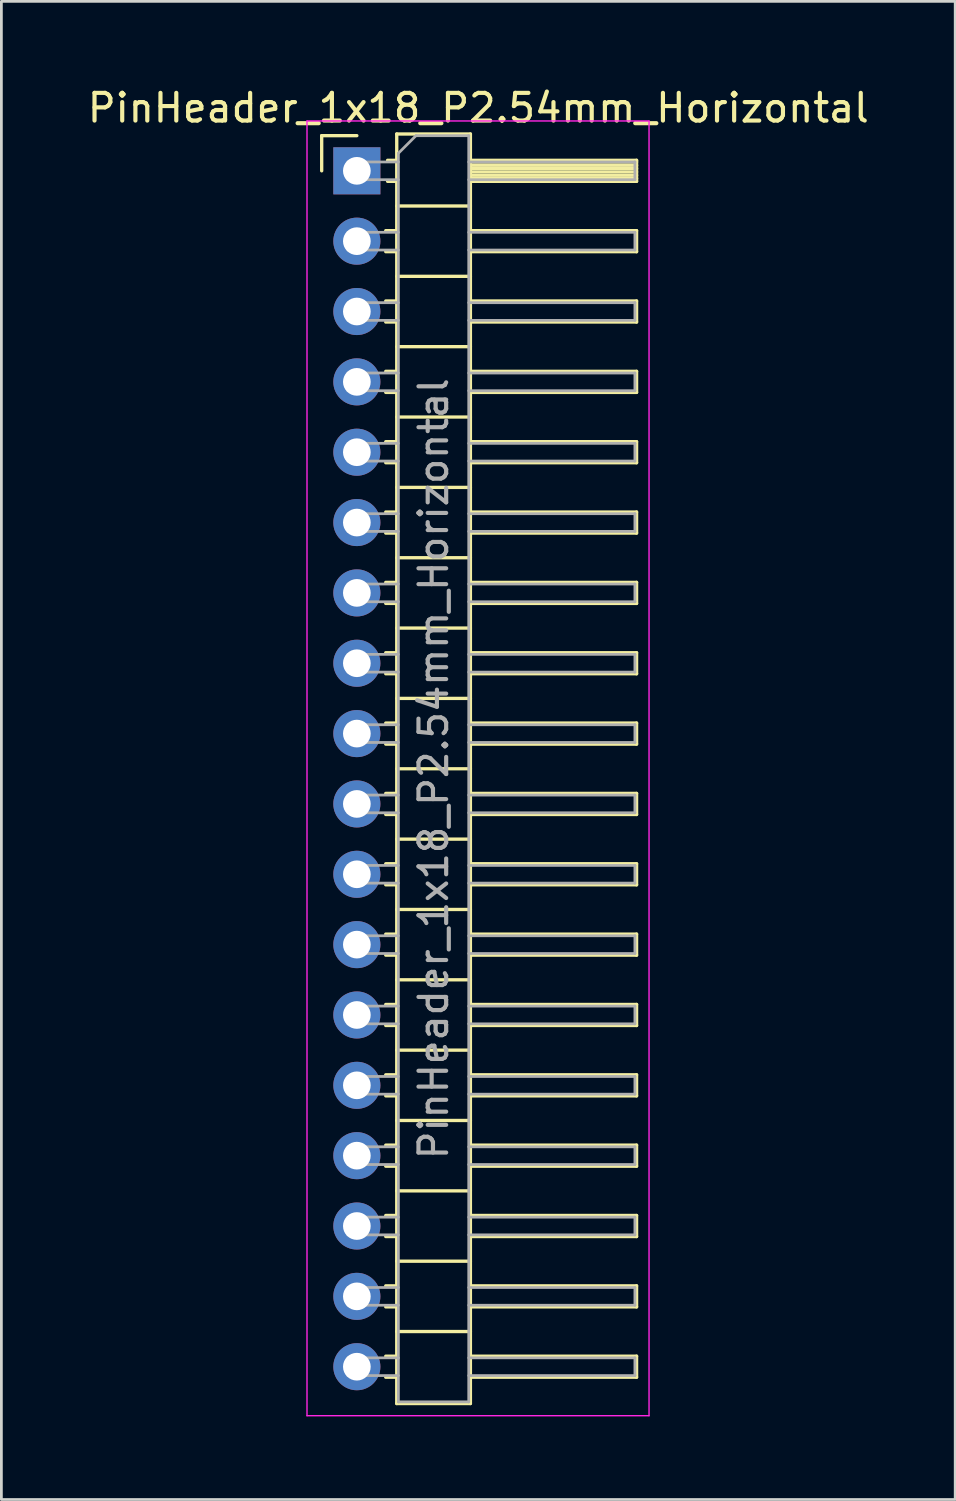
<source format=kicad_pcb>
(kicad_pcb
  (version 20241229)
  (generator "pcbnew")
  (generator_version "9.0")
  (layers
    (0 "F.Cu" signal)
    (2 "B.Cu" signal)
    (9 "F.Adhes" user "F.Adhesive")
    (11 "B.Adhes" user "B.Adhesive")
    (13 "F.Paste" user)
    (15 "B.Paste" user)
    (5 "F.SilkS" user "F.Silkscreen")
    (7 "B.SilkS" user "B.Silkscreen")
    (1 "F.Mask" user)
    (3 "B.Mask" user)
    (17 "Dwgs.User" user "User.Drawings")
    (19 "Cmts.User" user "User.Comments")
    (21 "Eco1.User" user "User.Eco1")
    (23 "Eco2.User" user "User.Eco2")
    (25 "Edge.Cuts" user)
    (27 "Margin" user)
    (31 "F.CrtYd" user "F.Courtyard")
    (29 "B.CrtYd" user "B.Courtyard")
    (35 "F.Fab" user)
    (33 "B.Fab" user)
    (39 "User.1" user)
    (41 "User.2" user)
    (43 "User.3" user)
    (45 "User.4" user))
  (footprint "PinHeader_1x18_P2.54mm_Horizontal"
    (layer "F.Cu")
    (at 9.835 3.118)
    (property "Reference" "PinHeader_1x18_P2.54mm_Horizontal" (at 4.385 -2.27 0) (layer "F.SilkS") (effects (font (size 1 1) (thickness 0.15))))
    (attr through_hole)
    (fp_line (start -1.27 -1.27) (end 0 -1.27) (stroke (width 0.12) (type solid)) (layer "F.SilkS"))
    (fp_line (start -1.27 0) (end -1.27 -1.27) (stroke (width 0.12) (type solid)) (layer "F.SilkS"))
    (fp_line (start 1.043 2.16) (end 1.44 2.16) (stroke (width 0.12) (type solid)) (layer "F.SilkS"))
    (fp_line (start 1.043 2.92) (end 1.44 2.92) (stroke (width 0.12) (type solid)) (layer "F.SilkS"))
    (fp_line (start 1.043 4.7) (end 1.44 4.7) (stroke (width 0.12) (type solid)) (layer "F.SilkS"))
    (fp_line (start 1.043 5.46) (end 1.44 5.46) (stroke (width 0.12) (type solid)) (layer "F.SilkS"))
    (fp_line (start 1.043 7.24) (end 1.44 7.24) (stroke (width 0.12) (type solid)) (layer "F.SilkS"))
    (fp_line (start 1.043 8) (end 1.44 8) (stroke (width 0.12) (type solid)) (layer "F.SilkS"))
    (fp_line (start 1.043 9.78) (end 1.44 9.78) (stroke (width 0.12) (type solid)) (layer "F.SilkS"))
    (fp_line (start 1.043 10.54) (end 1.44 10.54) (stroke (width 0.12) (type solid)) (layer "F.SilkS"))
    (fp_line (start 1.043 12.32) (end 1.44 12.32) (stroke (width 0.12) (type solid)) (layer "F.SilkS"))
    (fp_line (start 1.043 13.08) (end 1.44 13.08) (stroke (width 0.12) (type solid)) (layer "F.SilkS"))
    (fp_line (start 1.043 14.86) (end 1.44 14.86) (stroke (width 0.12) (type solid)) (layer "F.SilkS"))
    (fp_line (start 1.043 15.62) (end 1.44 15.62) (stroke (width 0.12) (type solid)) (layer "F.SilkS"))
    (fp_line (start 1.043 17.4) (end 1.44 17.4) (stroke (width 0.12) (type solid)) (layer "F.SilkS"))
    (fp_line (start 1.043 18.16) (end 1.44 18.16) (stroke (width 0.12) (type solid)) (layer "F.SilkS"))
    (fp_line (start 1.043 19.94) (end 1.44 19.94) (stroke (width 0.12) (type solid)) (layer "F.SilkS"))
    (fp_line (start 1.043 20.7) (end 1.44 20.7) (stroke (width 0.12) (type solid)) (layer "F.SilkS"))
    (fp_line (start 1.043 22.48) (end 1.44 22.48) (stroke (width 0.12) (type solid)) (layer "F.SilkS"))
    (fp_line (start 1.043 23.24) (end 1.44 23.24) (stroke (width 0.12) (type solid)) (layer "F.SilkS"))
    (fp_line (start 1.043 25.02) (end 1.44 25.02) (stroke (width 0.12) (type solid)) (layer "F.SilkS"))
    (fp_line (start 1.043 25.78) (end 1.44 25.78) (stroke (width 0.12) (type solid)) (layer "F.SilkS"))
    (fp_line (start 1.043 27.56) (end 1.44 27.56) (stroke (width 0.12) (type solid)) (layer "F.SilkS"))
    (fp_line (start 1.043 28.32) (end 1.44 28.32) (stroke (width 0.12) (type solid)) (layer "F.SilkS"))
    (fp_line (start 1.043 30.1) (end 1.44 30.1) (stroke (width 0.12) (type solid)) (layer "F.SilkS"))
    (fp_line (start 1.043 30.86) (end 1.44 30.86) (stroke (width 0.12) (type solid)) (layer "F.SilkS"))
    (fp_line (start 1.043 32.64) (end 1.44 32.64) (stroke (width 0.12) (type solid)) (layer "F.SilkS"))
    (fp_line (start 1.043 33.4) (end 1.44 33.4) (stroke (width 0.12) (type solid)) (layer "F.SilkS"))
    (fp_line (start 1.043 35.18) (end 1.44 35.18) (stroke (width 0.12) (type solid)) (layer "F.SilkS"))
    (fp_line (start 1.043 35.94) (end 1.44 35.94) (stroke (width 0.12) (type solid)) (layer "F.SilkS"))
    (fp_line (start 1.043 37.72) (end 1.44 37.72) (stroke (width 0.12) (type solid)) (layer "F.SilkS"))
    (fp_line (start 1.043 38.48) (end 1.44 38.48) (stroke (width 0.12) (type solid)) (layer "F.SilkS"))
    (fp_line (start 1.043 40.26) (end 1.44 40.26) (stroke (width 0.12) (type solid)) (layer "F.SilkS"))
    (fp_line (start 1.043 41.02) (end 1.44 41.02) (stroke (width 0.12) (type solid)) (layer "F.SilkS"))
    (fp_line (start 1.043 42.8) (end 1.44 42.8) (stroke (width 0.12) (type solid)) (layer "F.SilkS"))
    (fp_line (start 1.043 43.56) (end 1.44 43.56) (stroke (width 0.12) (type solid)) (layer "F.SilkS"))
    (fp_line (start 1.11 -0.38) (end 1.44 -0.38) (stroke (width 0.12) (type solid)) (layer "F.SilkS"))
    (fp_line (start 1.11 0.38) (end 1.44 0.38) (stroke (width 0.12) (type solid)) (layer "F.SilkS"))
    (fp_line (start 1.44 -1.33) (end 1.44 44.51) (stroke (width 0.12) (type solid)) (layer "F.SilkS"))
    (fp_line (start 1.44 1.27) (end 4.1 1.27) (stroke (width 0.12) (type solid)) (layer "F.SilkS"))
    (fp_line (start 1.44 3.81) (end 4.1 3.81) (stroke (width 0.12) (type solid)) (layer "F.SilkS"))
    (fp_line (start 1.44 6.35) (end 4.1 6.35) (stroke (width 0.12) (type solid)) (layer "F.SilkS"))
    (fp_line (start 1.44 8.89) (end 4.1 8.89) (stroke (width 0.12) (type solid)) (layer "F.SilkS"))
    (fp_line (start 1.44 11.43) (end 4.1 11.43) (stroke (width 0.12) (type solid)) (layer "F.SilkS"))
    (fp_line (start 1.44 13.97) (end 4.1 13.97) (stroke (width 0.12) (type solid)) (layer "F.SilkS"))
    (fp_line (start 1.44 16.51) (end 4.1 16.51) (stroke (width 0.12) (type solid)) (layer "F.SilkS"))
    (fp_line (start 1.44 19.05) (end 4.1 19.05) (stroke (width 0.12) (type solid)) (layer "F.SilkS"))
    (fp_line (start 1.44 21.59) (end 4.1 21.59) (stroke (width 0.12) (type solid)) (layer "F.SilkS"))
    (fp_line (start 1.44 24.13) (end 4.1 24.13) (stroke (width 0.12) (type solid)) (layer "F.SilkS"))
    (fp_line (start 1.44 26.67) (end 4.1 26.67) (stroke (width 0.12) (type solid)) (layer "F.SilkS"))
    (fp_line (start 1.44 29.21) (end 4.1 29.21) (stroke (width 0.12) (type solid)) (layer "F.SilkS"))
    (fp_line (start 1.44 31.75) (end 4.1 31.75) (stroke (width 0.12) (type solid)) (layer "F.SilkS"))
    (fp_line (start 1.44 34.29) (end 4.1 34.29) (stroke (width 0.12) (type solid)) (layer "F.SilkS"))
    (fp_line (start 1.44 36.83) (end 4.1 36.83) (stroke (width 0.12) (type solid)) (layer "F.SilkS"))
    (fp_line (start 1.44 39.37) (end 4.1 39.37) (stroke (width 0.12) (type solid)) (layer "F.SilkS"))
    (fp_line (start 1.44 41.91) (end 4.1 41.91) (stroke (width 0.12) (type solid)) (layer "F.SilkS"))
    (fp_line (start 1.44 44.51) (end 4.1 44.51) (stroke (width 0.12) (type solid)) (layer "F.SilkS"))
    (fp_line (start 4.1 -1.33) (end 1.44 -1.33) (stroke (width 0.12) (type solid)) (layer "F.SilkS"))
    (fp_line (start 4.1 -0.38) (end 10.1 -0.38) (stroke (width 0.12) (type solid)) (layer "F.SilkS"))
    (fp_line (start 4.1 -0.32) (end 10.1 -0.32) (stroke (width 0.12) (type solid)) (layer "F.SilkS"))
    (fp_line (start 4.1 -0.2) (end 10.1 -0.2) (stroke (width 0.12) (type solid)) (layer "F.SilkS"))
    (fp_line (start 4.1 -0.08) (end 10.1 -0.08) (stroke (width 0.12) (type solid)) (layer "F.SilkS"))
    (fp_line (start 4.1 0.04) (end 10.1 0.04) (stroke (width 0.12) (type solid)) (layer "F.SilkS"))
    (fp_line (start 4.1 0.16) (end 10.1 0.16) (stroke (width 0.12) (type solid)) (layer "F.SilkS"))
    (fp_line (start 4.1 0.28) (end 10.1 0.28) (stroke (width 0.12) (type solid)) (layer "F.SilkS"))
    (fp_line (start 4.1 2.16) (end 10.1 2.16) (stroke (width 0.12) (type solid)) (layer "F.SilkS"))
    (fp_line (start 4.1 4.7) (end 10.1 4.7) (stroke (width 0.12) (type solid)) (layer "F.SilkS"))
    (fp_line (start 4.1 7.24) (end 10.1 7.24) (stroke (width 0.12) (type solid)) (layer "F.SilkS"))
    (fp_line (start 4.1 9.78) (end 10.1 9.78) (stroke (width 0.12) (type solid)) (layer "F.SilkS"))
    (fp_line (start 4.1 12.32) (end 10.1 12.32) (stroke (width 0.12) (type solid)) (layer "F.SilkS"))
    (fp_line (start 4.1 14.86) (end 10.1 14.86) (stroke (width 0.12) (type solid)) (layer "F.SilkS"))
    (fp_line (start 4.1 17.4) (end 10.1 17.4) (stroke (width 0.12) (type solid)) (layer "F.SilkS"))
    (fp_line (start 4.1 19.94) (end 10.1 19.94) (stroke (width 0.12) (type solid)) (layer "F.SilkS"))
    (fp_line (start 4.1 22.48) (end 10.1 22.48) (stroke (width 0.12) (type solid)) (layer "F.SilkS"))
    (fp_line (start 4.1 25.02) (end 10.1 25.02) (stroke (width 0.12) (type solid)) (layer "F.SilkS"))
    (fp_line (start 4.1 27.56) (end 10.1 27.56) (stroke (width 0.12) (type solid)) (layer "F.SilkS"))
    (fp_line (start 4.1 30.1) (end 10.1 30.1) (stroke (width 0.12) (type solid)) (layer "F.SilkS"))
    (fp_line (start 4.1 32.64) (end 10.1 32.64) (stroke (width 0.12) (type solid)) (layer "F.SilkS"))
    (fp_line (start 4.1 35.18) (end 10.1 35.18) (stroke (width 0.12) (type solid)) (layer "F.SilkS"))
    (fp_line (start 4.1 37.72) (end 10.1 37.72) (stroke (width 0.12) (type solid)) (layer "F.SilkS"))
    (fp_line (start 4.1 40.26) (end 10.1 40.26) (stroke (width 0.12) (type solid)) (layer "F.SilkS"))
    (fp_line (start 4.1 42.8) (end 10.1 42.8) (stroke (width 0.12) (type solid)) (layer "F.SilkS"))
    (fp_line (start 4.1 44.51) (end 4.1 -1.33) (stroke (width 0.12) (type solid)) (layer "F.SilkS"))
    (fp_line (start 10.1 -0.38) (end 10.1 0.38) (stroke (width 0.12) (type solid)) (layer "F.SilkS"))
    (fp_line (start 10.1 0.38) (end 4.1 0.38) (stroke (width 0.12) (type solid)) (layer "F.SilkS"))
    (fp_line (start 10.1 2.16) (end 10.1 2.92) (stroke (width 0.12) (type solid)) (layer "F.SilkS"))
    (fp_line (start 10.1 2.92) (end 4.1 2.92) (stroke (width 0.12) (type solid)) (layer "F.SilkS"))
    (fp_line (start 10.1 4.7) (end 10.1 5.46) (stroke (width 0.12) (type solid)) (layer "F.SilkS"))
    (fp_line (start 10.1 5.46) (end 4.1 5.46) (stroke (width 0.12) (type solid)) (layer "F.SilkS"))
    (fp_line (start 10.1 7.24) (end 10.1 8) (stroke (width 0.12) (type solid)) (layer "F.SilkS"))
    (fp_line (start 10.1 8) (end 4.1 8) (stroke (width 0.12) (type solid)) (layer "F.SilkS"))
    (fp_line (start 10.1 9.78) (end 10.1 10.54) (stroke (width 0.12) (type solid)) (layer "F.SilkS"))
    (fp_line (start 10.1 10.54) (end 4.1 10.54) (stroke (width 0.12) (type solid)) (layer "F.SilkS"))
    (fp_line (start 10.1 12.32) (end 10.1 13.08) (stroke (width 0.12) (type solid)) (layer "F.SilkS"))
    (fp_line (start 10.1 13.08) (end 4.1 13.08) (stroke (width 0.12) (type solid)) (layer "F.SilkS"))
    (fp_line (start 10.1 14.86) (end 10.1 15.62) (stroke (width 0.12) (type solid)) (layer "F.SilkS"))
    (fp_line (start 10.1 15.62) (end 4.1 15.62) (stroke (width 0.12) (type solid)) (layer "F.SilkS"))
    (fp_line (start 10.1 17.4) (end 10.1 18.16) (stroke (width 0.12) (type solid)) (layer "F.SilkS"))
    (fp_line (start 10.1 18.16) (end 4.1 18.16) (stroke (width 0.12) (type solid)) (layer "F.SilkS"))
    (fp_line (start 10.1 19.94) (end 10.1 20.7) (stroke (width 0.12) (type solid)) (layer "F.SilkS"))
    (fp_line (start 10.1 20.7) (end 4.1 20.7) (stroke (width 0.12) (type solid)) (layer "F.SilkS"))
    (fp_line (start 10.1 22.48) (end 10.1 23.24) (stroke (width 0.12) (type solid)) (layer "F.SilkS"))
    (fp_line (start 10.1 23.24) (end 4.1 23.24) (stroke (width 0.12) (type solid)) (layer "F.SilkS"))
    (fp_line (start 10.1 25.02) (end 10.1 25.78) (stroke (width 0.12) (type solid)) (layer "F.SilkS"))
    (fp_line (start 10.1 25.78) (end 4.1 25.78) (stroke (width 0.12) (type solid)) (layer "F.SilkS"))
    (fp_line (start 10.1 27.56) (end 10.1 28.32) (stroke (width 0.12) (type solid)) (layer "F.SilkS"))
    (fp_line (start 10.1 28.32) (end 4.1 28.32) (stroke (width 0.12) (type solid)) (layer "F.SilkS"))
    (fp_line (start 10.1 30.1) (end 10.1 30.86) (stroke (width 0.12) (type solid)) (layer "F.SilkS"))
    (fp_line (start 10.1 30.86) (end 4.1 30.86) (stroke (width 0.12) (type solid)) (layer "F.SilkS"))
    (fp_line (start 10.1 32.64) (end 10.1 33.4) (stroke (width 0.12) (type solid)) (layer "F.SilkS"))
    (fp_line (start 10.1 33.4) (end 4.1 33.4) (stroke (width 0.12) (type solid)) (layer "F.SilkS"))
    (fp_line (start 10.1 35.18) (end 10.1 35.94) (stroke (width 0.12) (type solid)) (layer "F.SilkS"))
    (fp_line (start 10.1 35.94) (end 4.1 35.94) (stroke (width 0.12) (type solid)) (layer "F.SilkS"))
    (fp_line (start 10.1 37.72) (end 10.1 38.48) (stroke (width 0.12) (type solid)) (layer "F.SilkS"))
    (fp_line (start 10.1 38.48) (end 4.1 38.48) (stroke (width 0.12) (type solid)) (layer "F.SilkS"))
    (fp_line (start 10.1 40.26) (end 10.1 41.02) (stroke (width 0.12) (type solid)) (layer "F.SilkS"))
    (fp_line (start 10.1 41.02) (end 4.1 41.02) (stroke (width 0.12) (type solid)) (layer "F.SilkS"))
    (fp_line (start 10.1 42.8) (end 10.1 43.56) (stroke (width 0.12) (type solid)) (layer "F.SilkS"))
    (fp_line (start 10.1 43.56) (end 4.1 43.56) (stroke (width 0.12) (type solid)) (layer "F.SilkS"))
    (fp_line (start -1.8 -1.8) (end -1.8 44.95) (stroke (width 0.05) (type solid)) (layer "F.CrtYd"))
    (fp_line (start -1.8 44.95) (end 10.55 44.95) (stroke (width 0.05) (type solid)) (layer "F.CrtYd"))
    (fp_line (start 10.55 -1.8) (end -1.8 -1.8) (stroke (width 0.05) (type solid)) (layer "F.CrtYd"))
    (fp_line (start 10.55 44.95) (end 10.55 -1.8) (stroke (width 0.05) (type solid)) (layer "F.CrtYd"))
    (fp_line (start -0.32 -0.32) (end -0.32 0.32) (stroke (width 0.1) (type solid)) (layer "F.Fab"))
    (fp_line (start -0.32 -0.32) (end 1.5 -0.32) (stroke (width 0.1) (type solid)) (layer "F.Fab"))
    (fp_line (start -0.32 0.32) (end 1.5 0.32) (stroke (width 0.1) (type solid)) (layer "F.Fab"))
    (fp_line (start -0.32 2.22) (end -0.32 2.86) (stroke (width 0.1) (type solid)) (layer "F.Fab"))
    (fp_line (start -0.32 2.22) (end 1.5 2.22) (stroke (width 0.1) (type solid)) (layer "F.Fab"))
    (fp_line (start -0.32 2.86) (end 1.5 2.86) (stroke (width 0.1) (type solid)) (layer "F.Fab"))
    (fp_line (start -0.32 4.76) (end -0.32 5.4) (stroke (width 0.1) (type solid)) (layer "F.Fab"))
    (fp_line (start -0.32 4.76) (end 1.5 4.76) (stroke (width 0.1) (type solid)) (layer "F.Fab"))
    (fp_line (start -0.32 5.4) (end 1.5 5.4) (stroke (width 0.1) (type solid)) (layer "F.Fab"))
    (fp_line (start -0.32 7.3) (end -0.32 7.94) (stroke (width 0.1) (type solid)) (layer "F.Fab"))
    (fp_line (start -0.32 7.3) (end 1.5 7.3) (stroke (width 0.1) (type solid)) (layer "F.Fab"))
    (fp_line (start -0.32 7.94) (end 1.5 7.94) (stroke (width 0.1) (type solid)) (layer "F.Fab"))
    (fp_line (start -0.32 9.84) (end -0.32 10.48) (stroke (width 0.1) (type solid)) (layer "F.Fab"))
    (fp_line (start -0.32 9.84) (end 1.5 9.84) (stroke (width 0.1) (type solid)) (layer "F.Fab"))
    (fp_line (start -0.32 10.48) (end 1.5 10.48) (stroke (width 0.1) (type solid)) (layer "F.Fab"))
    (fp_line (start -0.32 12.38) (end -0.32 13.02) (stroke (width 0.1) (type solid)) (layer "F.Fab"))
    (fp_line (start -0.32 12.38) (end 1.5 12.38) (stroke (width 0.1) (type solid)) (layer "F.Fab"))
    (fp_line (start -0.32 13.02) (end 1.5 13.02) (stroke (width 0.1) (type solid)) (layer "F.Fab"))
    (fp_line (start -0.32 14.92) (end -0.32 15.56) (stroke (width 0.1) (type solid)) (layer "F.Fab"))
    (fp_line (start -0.32 14.92) (end 1.5 14.92) (stroke (width 0.1) (type solid)) (layer "F.Fab"))
    (fp_line (start -0.32 15.56) (end 1.5 15.56) (stroke (width 0.1) (type solid)) (layer "F.Fab"))
    (fp_line (start -0.32 17.46) (end -0.32 18.1) (stroke (width 0.1) (type solid)) (layer "F.Fab"))
    (fp_line (start -0.32 17.46) (end 1.5 17.46) (stroke (width 0.1) (type solid)) (layer "F.Fab"))
    (fp_line (start -0.32 18.1) (end 1.5 18.1) (stroke (width 0.1) (type solid)) (layer "F.Fab"))
    (fp_line (start -0.32 20) (end -0.32 20.64) (stroke (width 0.1) (type solid)) (layer "F.Fab"))
    (fp_line (start -0.32 20) (end 1.5 20) (stroke (width 0.1) (type solid)) (layer "F.Fab"))
    (fp_line (start -0.32 20.64) (end 1.5 20.64) (stroke (width 0.1) (type solid)) (layer "F.Fab"))
    (fp_line (start -0.32 22.54) (end -0.32 23.18) (stroke (width 0.1) (type solid)) (layer "F.Fab"))
    (fp_line (start -0.32 22.54) (end 1.5 22.54) (stroke (width 0.1) (type solid)) (layer "F.Fab"))
    (fp_line (start -0.32 23.18) (end 1.5 23.18) (stroke (width 0.1) (type solid)) (layer "F.Fab"))
    (fp_line (start -0.32 25.08) (end -0.32 25.72) (stroke (width 0.1) (type solid)) (layer "F.Fab"))
    (fp_line (start -0.32 25.08) (end 1.5 25.08) (stroke (width 0.1) (type solid)) (layer "F.Fab"))
    (fp_line (start -0.32 25.72) (end 1.5 25.72) (stroke (width 0.1) (type solid)) (layer "F.Fab"))
    (fp_line (start -0.32 27.62) (end -0.32 28.26) (stroke (width 0.1) (type solid)) (layer "F.Fab"))
    (fp_line (start -0.32 27.62) (end 1.5 27.62) (stroke (width 0.1) (type solid)) (layer "F.Fab"))
    (fp_line (start -0.32 28.26) (end 1.5 28.26) (stroke (width 0.1) (type solid)) (layer "F.Fab"))
    (fp_line (start -0.32 30.16) (end -0.32 30.8) (stroke (width 0.1) (type solid)) (layer "F.Fab"))
    (fp_line (start -0.32 30.16) (end 1.5 30.16) (stroke (width 0.1) (type solid)) (layer "F.Fab"))
    (fp_line (start -0.32 30.8) (end 1.5 30.8) (stroke (width 0.1) (type solid)) (layer "F.Fab"))
    (fp_line (start -0.32 32.7) (end -0.32 33.34) (stroke (width 0.1) (type solid)) (layer "F.Fab"))
    (fp_line (start -0.32 32.7) (end 1.5 32.7) (stroke (width 0.1) (type solid)) (layer "F.Fab"))
    (fp_line (start -0.32 33.34) (end 1.5 33.34) (stroke (width 0.1) (type solid)) (layer "F.Fab"))
    (fp_line (start -0.32 35.24) (end -0.32 35.88) (stroke (width 0.1) (type solid)) (layer "F.Fab"))
    (fp_line (start -0.32 35.24) (end 1.5 35.24) (stroke (width 0.1) (type solid)) (layer "F.Fab"))
    (fp_line (start -0.32 35.88) (end 1.5 35.88) (stroke (width 0.1) (type solid)) (layer "F.Fab"))
    (fp_line (start -0.32 37.78) (end -0.32 38.42) (stroke (width 0.1) (type solid)) (layer "F.Fab"))
    (fp_line (start -0.32 37.78) (end 1.5 37.78) (stroke (width 0.1) (type solid)) (layer "F.Fab"))
    (fp_line (start -0.32 38.42) (end 1.5 38.42) (stroke (width 0.1) (type solid)) (layer "F.Fab"))
    (fp_line (start -0.32 40.32) (end -0.32 40.96) (stroke (width 0.1) (type solid)) (layer "F.Fab"))
    (fp_line (start -0.32 40.32) (end 1.5 40.32) (stroke (width 0.1) (type solid)) (layer "F.Fab"))
    (fp_line (start -0.32 40.96) (end 1.5 40.96) (stroke (width 0.1) (type solid)) (layer "F.Fab"))
    (fp_line (start -0.32 42.86) (end -0.32 43.5) (stroke (width 0.1) (type solid)) (layer "F.Fab"))
    (fp_line (start -0.32 42.86) (end 1.5 42.86) (stroke (width 0.1) (type solid)) (layer "F.Fab"))
    (fp_line (start -0.32 43.5) (end 1.5 43.5) (stroke (width 0.1) (type solid)) (layer "F.Fab"))
    (fp_line (start 1.5 -0.635) (end 2.135 -1.27) (stroke (width 0.1) (type solid)) (layer "F.Fab"))
    (fp_line (start 1.5 44.45) (end 1.5 -0.635) (stroke (width 0.1) (type solid)) (layer "F.Fab"))
    (fp_line (start 2.135 -1.27) (end 4.04 -1.27) (stroke (width 0.1) (type solid)) (layer "F.Fab"))
    (fp_line (start 4.04 -1.27) (end 4.04 44.45) (stroke (width 0.1) (type solid)) (layer "F.Fab"))
    (fp_line (start 4.04 -0.32) (end 10.04 -0.32) (stroke (width 0.1) (type solid)) (layer "F.Fab"))
    (fp_line (start 4.04 0.32) (end 10.04 0.32) (stroke (width 0.1) (type solid)) (layer "F.Fab"))
    (fp_line (start 4.04 2.22) (end 10.04 2.22) (stroke (width 0.1) (type solid)) (layer "F.Fab"))
    (fp_line (start 4.04 2.86) (end 10.04 2.86) (stroke (width 0.1) (type solid)) (layer "F.Fab"))
    (fp_line (start 4.04 4.76) (end 10.04 4.76) (stroke (width 0.1) (type solid)) (layer "F.Fab"))
    (fp_line (start 4.04 5.4) (end 10.04 5.4) (stroke (width 0.1) (type solid)) (layer "F.Fab"))
    (fp_line (start 4.04 7.3) (end 10.04 7.3) (stroke (width 0.1) (type solid)) (layer "F.Fab"))
    (fp_line (start 4.04 7.94) (end 10.04 7.94) (stroke (width 0.1) (type solid)) (layer "F.Fab"))
    (fp_line (start 4.04 9.84) (end 10.04 9.84) (stroke (width 0.1) (type solid)) (layer "F.Fab"))
    (fp_line (start 4.04 10.48) (end 10.04 10.48) (stroke (width 0.1) (type solid)) (layer "F.Fab"))
    (fp_line (start 4.04 12.38) (end 10.04 12.38) (stroke (width 0.1) (type solid)) (layer "F.Fab"))
    (fp_line (start 4.04 13.02) (end 10.04 13.02) (stroke (width 0.1) (type solid)) (layer "F.Fab"))
    (fp_line (start 4.04 14.92) (end 10.04 14.92) (stroke (width 0.1) (type solid)) (layer "F.Fab"))
    (fp_line (start 4.04 15.56) (end 10.04 15.56) (stroke (width 0.1) (type solid)) (layer "F.Fab"))
    (fp_line (start 4.04 17.46) (end 10.04 17.46) (stroke (width 0.1) (type solid)) (layer "F.Fab"))
    (fp_line (start 4.04 18.1) (end 10.04 18.1) (stroke (width 0.1) (type solid)) (layer "F.Fab"))
    (fp_line (start 4.04 20) (end 10.04 20) (stroke (width 0.1) (type solid)) (layer "F.Fab"))
    (fp_line (start 4.04 20.64) (end 10.04 20.64) (stroke (width 0.1) (type solid)) (layer "F.Fab"))
    (fp_line (start 4.04 22.54) (end 10.04 22.54) (stroke (width 0.1) (type solid)) (layer "F.Fab"))
    (fp_line (start 4.04 23.18) (end 10.04 23.18) (stroke (width 0.1) (type solid)) (layer "F.Fab"))
    (fp_line (start 4.04 25.08) (end 10.04 25.08) (stroke (width 0.1) (type solid)) (layer "F.Fab"))
    (fp_line (start 4.04 25.72) (end 10.04 25.72) (stroke (width 0.1) (type solid)) (layer "F.Fab"))
    (fp_line (start 4.04 27.62) (end 10.04 27.62) (stroke (width 0.1) (type solid)) (layer "F.Fab"))
    (fp_line (start 4.04 28.26) (end 10.04 28.26) (stroke (width 0.1) (type solid)) (layer "F.Fab"))
    (fp_line (start 4.04 30.16) (end 10.04 30.16) (stroke (width 0.1) (type solid)) (layer "F.Fab"))
    (fp_line (start 4.04 30.8) (end 10.04 30.8) (stroke (width 0.1) (type solid)) (layer "F.Fab"))
    (fp_line (start 4.04 32.7) (end 10.04 32.7) (stroke (width 0.1) (type solid)) (layer "F.Fab"))
    (fp_line (start 4.04 33.34) (end 10.04 33.34) (stroke (width 0.1) (type solid)) (layer "F.Fab"))
    (fp_line (start 4.04 35.24) (end 10.04 35.24) (stroke (width 0.1) (type solid)) (layer "F.Fab"))
    (fp_line (start 4.04 35.88) (end 10.04 35.88) (stroke (width 0.1) (type solid)) (layer "F.Fab"))
    (fp_line (start 4.04 37.78) (end 10.04 37.78) (stroke (width 0.1) (type solid)) (layer "F.Fab"))
    (fp_line (start 4.04 38.42) (end 10.04 38.42) (stroke (width 0.1) (type solid)) (layer "F.Fab"))
    (fp_line (start 4.04 40.32) (end 10.04 40.32) (stroke (width 0.1) (type solid)) (layer "F.Fab"))
    (fp_line (start 4.04 40.96) (end 10.04 40.96) (stroke (width 0.1) (type solid)) (layer "F.Fab"))
    (fp_line (start 4.04 42.86) (end 10.04 42.86) (stroke (width 0.1) (type solid)) (layer "F.Fab"))
    (fp_line (start 4.04 43.5) (end 10.04 43.5) (stroke (width 0.1) (type solid)) (layer "F.Fab"))
    (fp_line (start 4.04 44.45) (end 1.5 44.45) (stroke (width 0.1) (type solid)) (layer "F.Fab"))
    (fp_line (start 10.04 -0.32) (end 10.04 0.32) (stroke (width 0.1) (type solid)) (layer "F.Fab"))
    (fp_line (start 10.04 2.22) (end 10.04 2.86) (stroke (width 0.1) (type solid)) (layer "F.Fab"))
    (fp_line (start 10.04 4.76) (end 10.04 5.4) (stroke (width 0.1) (type solid)) (layer "F.Fab"))
    (fp_line (start 10.04 7.3) (end 10.04 7.94) (stroke (width 0.1) (type solid)) (layer "F.Fab"))
    (fp_line (start 10.04 9.84) (end 10.04 10.48) (stroke (width 0.1) (type solid)) (layer "F.Fab"))
    (fp_line (start 10.04 12.38) (end 10.04 13.02) (stroke (width 0.1) (type solid)) (layer "F.Fab"))
    (fp_line (start 10.04 14.92) (end 10.04 15.56) (stroke (width 0.1) (type solid)) (layer "F.Fab"))
    (fp_line (start 10.04 17.46) (end 10.04 18.1) (stroke (width 0.1) (type solid)) (layer "F.Fab"))
    (fp_line (start 10.04 20) (end 10.04 20.64) (stroke (width 0.1) (type solid)) (layer "F.Fab"))
    (fp_line (start 10.04 22.54) (end 10.04 23.18) (stroke (width 0.1) (type solid)) (layer "F.Fab"))
    (fp_line (start 10.04 25.08) (end 10.04 25.72) (stroke (width 0.1) (type solid)) (layer "F.Fab"))
    (fp_line (start 10.04 27.62) (end 10.04 28.26) (stroke (width 0.1) (type solid)) (layer "F.Fab"))
    (fp_line (start 10.04 30.16) (end 10.04 30.8) (stroke (width 0.1) (type solid)) (layer "F.Fab"))
    (fp_line (start 10.04 32.7) (end 10.04 33.34) (stroke (width 0.1) (type solid)) (layer "F.Fab"))
    (fp_line (start 10.04 35.24) (end 10.04 35.88) (stroke (width 0.1) (type solid)) (layer "F.Fab"))
    (fp_line (start 10.04 37.78) (end 10.04 38.42) (stroke (width 0.1) (type solid)) (layer "F.Fab"))
    (fp_line (start 10.04 40.32) (end 10.04 40.96) (stroke (width 0.1) (type solid)) (layer "F.Fab"))
    (fp_line (start 10.04 42.86) (end 10.04 43.5) (stroke (width 0.1) (type solid)) (layer "F.Fab"))
    (fp_text user "${REFERENCE}" (at 2.77 21.59 90) (layer "F.Fab") (effects (font (size 1 1) (thickness 0.15))))
    (pad "1" thru_hole rect (at 0 0) (size 1.7 1.7) (drill 1) (layers "*.Cu" "*.Mask"))
    (pad "2" thru_hole oval (at 0 2.54) (size 1.7 1.7) (drill 1) (layers "*.Cu" "*.Mask"))
    (pad "3" thru_hole oval (at 0 5.08) (size 1.7 1.7) (drill 1) (layers "*.Cu" "*.Mask"))
    (pad "4" thru_hole oval (at 0 7.62) (size 1.7 1.7) (drill 1) (layers "*.Cu" "*.Mask"))
    (pad "5" thru_hole oval (at 0 10.16) (size 1.7 1.7) (drill 1) (layers "*.Cu" "*.Mask"))
    (pad "6" thru_hole oval (at 0 12.7) (size 1.7 1.7) (drill 1) (layers "*.Cu" "*.Mask"))
    (pad "7" thru_hole oval (at 0 15.24) (size 1.7 1.7) (drill 1) (layers "*.Cu" "*.Mask"))
    (pad "8" thru_hole oval (at 0 17.78) (size 1.7 1.7) (drill 1) (layers "*.Cu" "*.Mask"))
    (pad "9" thru_hole oval (at 0 20.32) (size 1.7 1.7) (drill 1) (layers "*.Cu" "*.Mask"))
    (pad "10" thru_hole oval (at 0 22.86) (size 1.7 1.7) (drill 1) (layers "*.Cu" "*.Mask"))
    (pad "11" thru_hole oval (at 0 25.4) (size 1.7 1.7) (drill 1) (layers "*.Cu" "*.Mask"))
    (pad "12" thru_hole oval (at 0 27.94) (size 1.7 1.7) (drill 1) (layers "*.Cu" "*.Mask"))
    (pad "13" thru_hole oval (at 0 30.48) (size 1.7 1.7) (drill 1) (layers "*.Cu" "*.Mask"))
    (pad "14" thru_hole oval (at 0 33.02) (size 1.7 1.7) (drill 1) (layers "*.Cu" "*.Mask"))
    (pad "15" thru_hole oval (at 0 35.56) (size 1.7 1.7) (drill 1) (layers "*.Cu" "*.Mask"))
    (pad "16" thru_hole oval (at 0 38.1) (size 1.7 1.7) (drill 1) (layers "*.Cu" "*.Mask"))
    (pad "17" thru_hole oval (at 0 40.64) (size 1.7 1.7) (drill 1) (layers "*.Cu" "*.Mask"))
    (pad "18" thru_hole oval (at 0 43.18) (size 1.7 1.7) (drill 1) (layers "*.Cu" "*.Mask")))
  (gr_rect
    (start -3 -3)
    (end 31.44 51.093)
    (stroke (width 0.1) (type default))
    (fill no)
    (layer "Edge.Cuts")))
</source>
